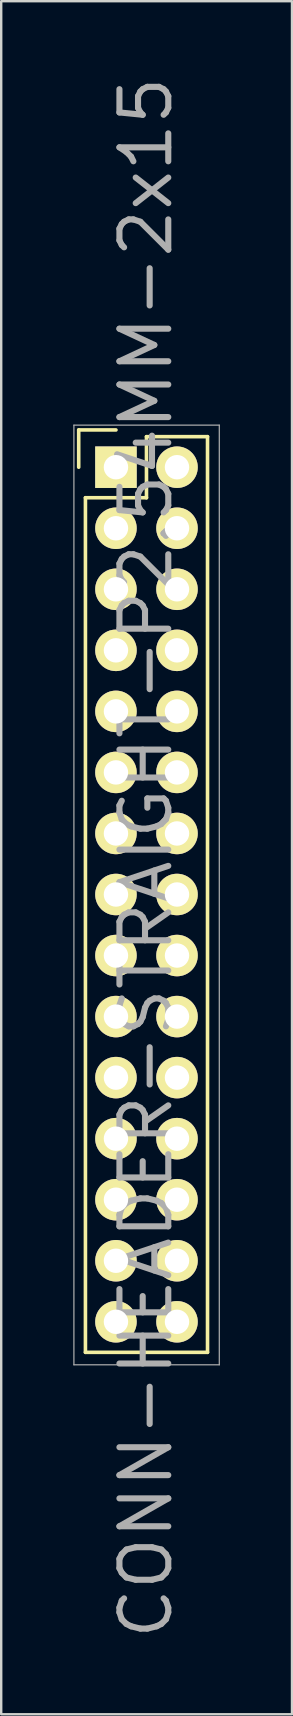
<source format=kicad_pcb>
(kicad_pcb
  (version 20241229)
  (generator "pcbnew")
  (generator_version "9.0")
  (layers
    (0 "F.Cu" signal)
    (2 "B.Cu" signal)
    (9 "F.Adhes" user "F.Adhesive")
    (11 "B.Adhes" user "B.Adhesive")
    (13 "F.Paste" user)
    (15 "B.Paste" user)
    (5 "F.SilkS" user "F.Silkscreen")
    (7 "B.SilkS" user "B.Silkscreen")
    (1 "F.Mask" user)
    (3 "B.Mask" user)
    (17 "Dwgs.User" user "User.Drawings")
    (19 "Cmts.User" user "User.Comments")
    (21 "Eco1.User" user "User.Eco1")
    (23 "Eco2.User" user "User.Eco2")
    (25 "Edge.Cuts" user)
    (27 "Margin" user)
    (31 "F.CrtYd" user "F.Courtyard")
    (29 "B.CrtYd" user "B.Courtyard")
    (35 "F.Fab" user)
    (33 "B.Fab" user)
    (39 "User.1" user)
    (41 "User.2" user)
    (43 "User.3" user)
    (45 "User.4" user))
  (footprint "CONN-HEADER-STRAIGHT-P2.54MM-2x15"
    (layer "F.Cu")
    (at 1.775 16.391)
    (property "Reference" "CONN-HEADER-STRAIGHT-P2.54MM-2x15" (at 1.25 16.25 90) (layer "F.Fab") (effects (font (size 2.032 2.032) (thickness 0.254))))
    (attr smd)
    (fp_line (start -1.55 -1.55) (end -1.55 0) (stroke (width 0.15) (type solid)) (layer "F.SilkS"))
    (fp_line (start -1.27 1.27) (end -1.27 36.83) (stroke (width 0.15) (type solid)) (layer "F.SilkS"))
    (fp_line (start 0 -1.55) (end -1.55 -1.55) (stroke (width 0.15) (type solid)) (layer "F.SilkS"))
    (fp_line (start 1.27 -1.27) (end 1.27 1.27) (stroke (width 0.15) (type solid)) (layer "F.SilkS"))
    (fp_line (start 1.27 1.27) (end -1.27 1.27) (stroke (width 0.15) (type solid)) (layer "F.SilkS"))
    (fp_line (start 3.81 -1.27) (end 1.27 -1.27) (stroke (width 0.15) (type solid)) (layer "F.SilkS"))
    (fp_line (start 3.81 36.83) (end -1.27 36.83) (stroke (width 0.15) (type solid)) (layer "F.SilkS"))
    (fp_line (start 3.81 36.83) (end 3.81 -1.27) (stroke (width 0.15) (type solid)) (layer "F.SilkS"))
    (fp_line (start -1.75 -1.75) (end -1.75 37.35) (stroke (width 0.05) (type solid)) (layer "F.Fab"))
    (fp_line (start -1.75 -1.75) (end 4.3 -1.75) (stroke (width 0.05) (type solid)) (layer "F.Fab"))
    (fp_line (start -1.75 37.35) (end 4.3 37.35) (stroke (width 0.05) (type solid)) (layer "F.Fab"))
    (fp_line (start 4.3 -1.75) (end 4.3 37.35) (stroke (width 0.05) (type solid)) (layer "F.Fab"))
    (pad "1" thru_hole rect (at 0 0) (size 1.727 1.727) (drill 1.016) (layers "*.Cu" "*.Mask" "F.SilkS"))
    (pad "2" thru_hole oval (at 2.54 0) (size 1.727 1.727) (drill 1.016) (layers "*.Cu" "*.Mask" "F.SilkS"))
    (pad "3" thru_hole oval (at 0 2.54) (size 1.727 1.727) (drill 1.016) (layers "*.Cu" "*.Mask" "F.SilkS"))
    (pad "4" thru_hole oval (at 2.54 2.54) (size 1.727 1.727) (drill 1.016) (layers "*.Cu" "*.Mask" "F.SilkS"))
    (pad "5" thru_hole oval (at 0 5.08) (size 1.727 1.727) (drill 1.016) (layers "*.Cu" "*.Mask" "F.SilkS"))
    (pad "6" thru_hole oval (at 2.54 5.08) (size 1.727 1.727) (drill 1.016) (layers "*.Cu" "*.Mask" "F.SilkS"))
    (pad "7" thru_hole oval (at 0 7.62) (size 1.727 1.727) (drill 1.016) (layers "*.Cu" "*.Mask" "F.SilkS"))
    (pad "8" thru_hole oval (at 2.54 7.62) (size 1.727 1.727) (drill 1.016) (layers "*.Cu" "*.Mask" "F.SilkS"))
    (pad "9" thru_hole oval (at 0 10.16) (size 1.727 1.727) (drill 1.016) (layers "*.Cu" "*.Mask" "F.SilkS"))
    (pad "10" thru_hole oval (at 2.54 10.16) (size 1.727 1.727) (drill 1.016) (layers "*.Cu" "*.Mask" "F.SilkS"))
    (pad "11" thru_hole oval (at 0 12.7) (size 1.727 1.727) (drill 1.016) (layers "*.Cu" "*.Mask" "F.SilkS"))
    (pad "12" thru_hole oval (at 2.54 12.7) (size 1.727 1.727) (drill 1.016) (layers "*.Cu" "*.Mask" "F.SilkS"))
    (pad "13" thru_hole oval (at 0 15.24) (size 1.727 1.727) (drill 1.016) (layers "*.Cu" "*.Mask" "F.SilkS"))
    (pad "14" thru_hole oval (at 2.54 15.24) (size 1.727 1.727) (drill 1.016) (layers "*.Cu" "*.Mask" "F.SilkS"))
    (pad "15" thru_hole oval (at 0 17.78) (size 1.727 1.727) (drill 1.016) (layers "*.Cu" "*.Mask" "F.SilkS"))
    (pad "16" thru_hole oval (at 2.54 17.78) (size 1.727 1.727) (drill 1.016) (layers "*.Cu" "*.Mask" "F.SilkS"))
    (pad "17" thru_hole oval (at 0 20.32) (size 1.727 1.727) (drill 1.016) (layers "*.Cu" "*.Mask" "F.SilkS"))
    (pad "18" thru_hole oval (at 2.54 20.32) (size 1.727 1.727) (drill 1.016) (layers "*.Cu" "*.Mask" "F.SilkS"))
    (pad "19" thru_hole oval (at 0 22.86) (size 1.727 1.727) (drill 1.016) (layers "*.Cu" "*.Mask" "F.SilkS"))
    (pad "20" thru_hole oval (at 2.54 22.86) (size 1.727 1.727) (drill 1.016) (layers "*.Cu" "*.Mask" "F.SilkS"))
    (pad "21" thru_hole oval (at 0 25.4) (size 1.727 1.727) (drill 1.016) (layers "*.Cu" "*.Mask" "F.SilkS"))
    (pad "22" thru_hole oval (at 2.54 25.4) (size 1.727 1.727) (drill 1.016) (layers "*.Cu" "*.Mask" "F.SilkS"))
    (pad "23" thru_hole oval (at 0 27.94) (size 1.727 1.727) (drill 1.016) (layers "*.Cu" "*.Mask" "F.SilkS"))
    (pad "24" thru_hole oval (at 2.54 27.94) (size 1.727 1.727) (drill 1.016) (layers "*.Cu" "*.Mask" "F.SilkS"))
    (pad "25" thru_hole oval (at 0 30.48) (size 1.727 1.727) (drill 1.016) (layers "*.Cu" "*.Mask" "F.SilkS"))
    (pad "26" thru_hole oval (at 2.54 30.48) (size 1.727 1.727) (drill 1.016) (layers "*.Cu" "*.Mask" "F.SilkS"))
    (pad "27" thru_hole oval (at 0 33.02) (size 1.727 1.727) (drill 1.016) (layers "*.Cu" "*.Mask" "F.SilkS"))
    (pad "28" thru_hole oval (at 2.54 33.02) (size 1.727 1.727) (drill 1.016) (layers "*.Cu" "*.Mask" "F.SilkS"))
    (pad "29" thru_hole oval (at 0 35.56) (size 1.727 1.727) (drill 1.016) (layers "*.Cu" "*.Mask" "F.SilkS"))
    (pad "30" thru_hole oval (at 2.54 35.56) (size 1.727 1.727) (drill 1.016) (layers "*.Cu" "*.Mask" "F.SilkS")))
  (gr_rect
    (start -3 -3)
    (end 9.1 68.283)
    (stroke (width 0.1) (type default))
    (fill no)
    (layer "Edge.Cuts")))
</source>
